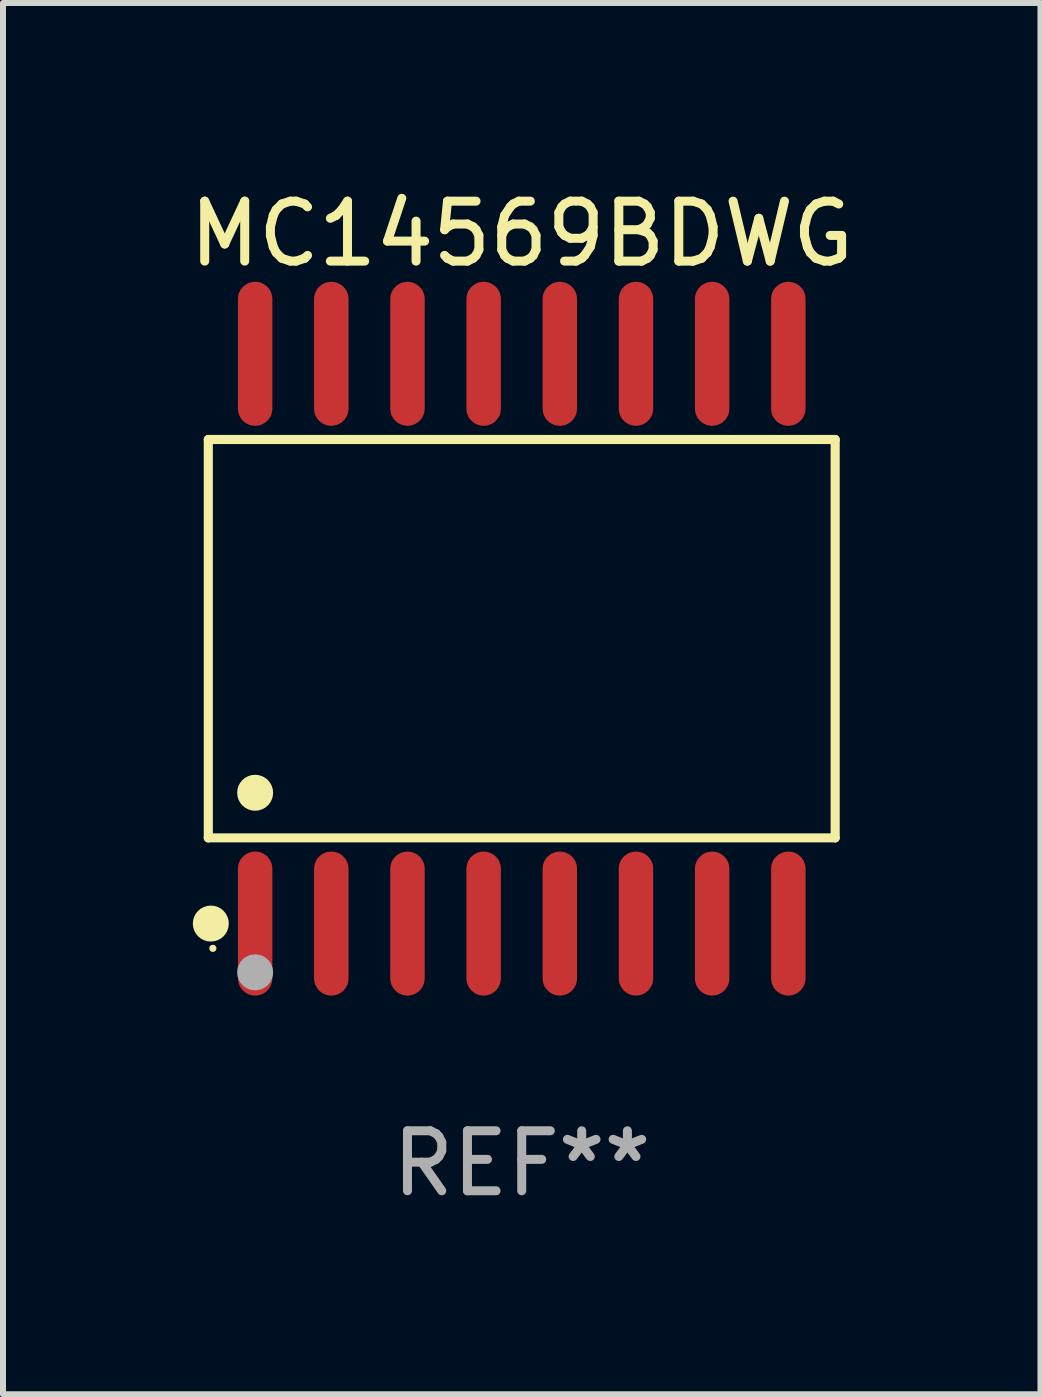
<source format=kicad_pcb>
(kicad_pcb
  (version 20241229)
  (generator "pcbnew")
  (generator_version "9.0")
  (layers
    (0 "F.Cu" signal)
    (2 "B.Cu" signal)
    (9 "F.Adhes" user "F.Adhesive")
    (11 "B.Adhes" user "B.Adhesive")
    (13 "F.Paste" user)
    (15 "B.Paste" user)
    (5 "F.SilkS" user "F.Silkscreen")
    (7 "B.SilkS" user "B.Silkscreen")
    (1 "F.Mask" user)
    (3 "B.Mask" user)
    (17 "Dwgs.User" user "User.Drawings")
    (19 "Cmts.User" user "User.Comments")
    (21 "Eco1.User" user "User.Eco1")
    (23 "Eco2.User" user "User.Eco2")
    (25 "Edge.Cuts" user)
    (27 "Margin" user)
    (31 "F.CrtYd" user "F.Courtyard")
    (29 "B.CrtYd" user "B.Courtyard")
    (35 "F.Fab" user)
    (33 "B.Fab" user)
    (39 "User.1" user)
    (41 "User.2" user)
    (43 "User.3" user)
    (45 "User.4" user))
  (footprint "MC14569BDWG"
    (layer "F.Cu")
    (at 5.649 7.599)
    (property "Reference" "MC14569BDWG" (at 0 -6.75 0) (layer "F.SilkS") (effects (font (size 1 1) (thickness 0.15))))
    (attr through_hole)
    (fp_line (start -5.226 -3.321) (end 5.226 -3.321) (stroke (width 0.152) (type solid)) (layer "F.SilkS"))
    (fp_line (start -5.226 3.321) (end -5.226 -3.321) (stroke (width 0.152) (type solid)) (layer "F.SilkS"))
    (fp_line (start 5.226 -3.321) (end 5.226 3.321) (stroke (width 0.152) (type solid)) (layer "F.SilkS"))
    (fp_line (start 5.226 3.321) (end -5.226 3.321) (stroke (width 0.152) (type solid)) (layer "F.SilkS"))
    (fp_circle (center -5.184 4.75) (end -5.034 4.75) (stroke (width 0.3) (type solid)) (fill no) (layer "F.SilkS"))
    (fp_circle (center -5.15 5.163) (end -5.12 5.163) (stroke (width 0.06) (type solid)) (fill no) (layer "F.SilkS"))
    (fp_circle (center -4.445 2.569) (end -4.295 2.569) (stroke (width 0.3) (type solid)) (fill no) (layer "F.SilkS"))
    (fp_circle (center -4.445 5.563) (end -4.295 5.563) (stroke (width 0.3) (type solid)) (fill no) (layer "F.Fab"))
    (fp_text user "REF**" (at 0 8.75 0) (layer "F.Fab") (effects (font (size 1 1) (thickness 0.15))))
    (pad "1" smd oval (at -4.445 4.75) (size 0.574 2.401) (layers "F.Cu" "F.Mask" "F.Paste"))
    (pad "2" smd oval (at -3.175 4.75) (size 0.574 2.401) (layers "F.Cu" "F.Mask" "F.Paste"))
    (pad "3" smd oval (at -1.905 4.75) (size 0.574 2.401) (layers "F.Cu" "F.Mask" "F.Paste"))
    (pad "4" smd oval (at -0.635 4.75) (size 0.574 2.401) (layers "F.Cu" "F.Mask" "F.Paste"))
    (pad "5" smd oval (at 0.635 4.75) (size 0.574 2.401) (layers "F.Cu" "F.Mask" "F.Paste"))
    (pad "6" smd oval (at 1.905 4.75) (size 0.574 2.401) (layers "F.Cu" "F.Mask" "F.Paste"))
    (pad "7" smd oval (at 3.175 4.75) (size 0.574 2.401) (layers "F.Cu" "F.Mask" "F.Paste"))
    (pad "8" smd oval (at 4.445 4.75) (size 0.574 2.401) (layers "F.Cu" "F.Mask" "F.Paste"))
    (pad "9" smd oval (at 4.445 -4.75) (size 0.574 2.401) (layers "F.Cu" "F.Mask" "F.Paste"))
    (pad "10" smd oval (at 3.175 -4.75) (size 0.574 2.401) (layers "F.Cu" "F.Mask" "F.Paste"))
    (pad "11" smd oval (at 1.905 -4.75) (size 0.574 2.401) (layers "F.Cu" "F.Mask" "F.Paste"))
    (pad "12" smd oval (at 0.635 -4.75) (size 0.574 2.401) (layers "F.Cu" "F.Mask" "F.Paste"))
    (pad "13" smd oval (at -0.635 -4.75) (size 0.574 2.401) (layers "F.Cu" "F.Mask" "F.Paste"))
    (pad "14" smd oval (at -1.905 -4.75) (size 0.574 2.401) (layers "F.Cu" "F.Mask" "F.Paste"))
    (pad "15" smd oval (at -3.175 -4.75) (size 0.574 2.401) (layers "F.Cu" "F.Mask" "F.Paste"))
    (pad "16" smd oval (at -4.445 -4.75) (size 0.574 2.401) (layers "F.Cu" "F.Mask" "F.Paste")))
  (gr_rect
    (start -3 -3)
    (end 14.298 20.197)
    (stroke (width 0.1) (type default))
    (fill no)
    (layer "Edge.Cuts")))
</source>
